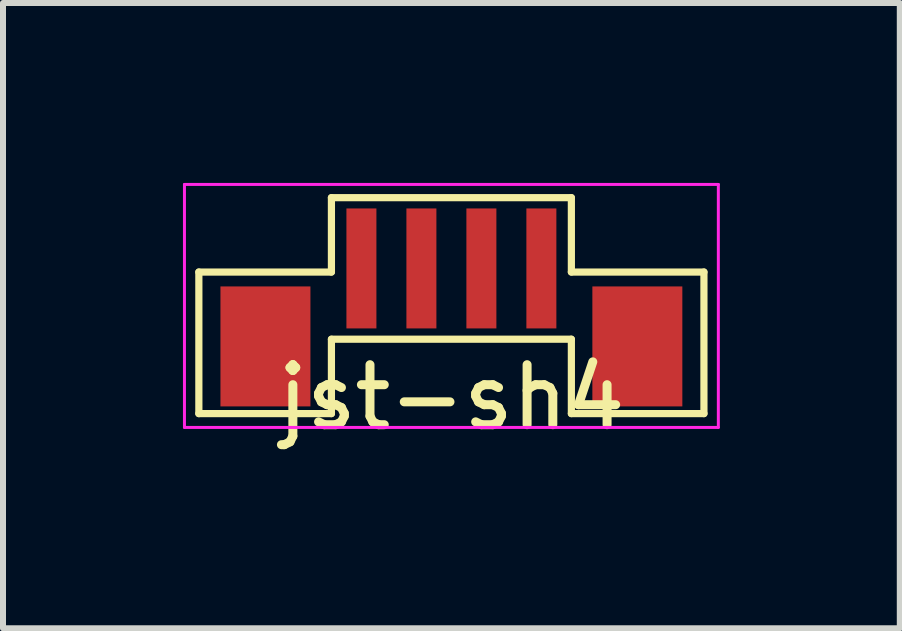
<source format=kicad_pcb>
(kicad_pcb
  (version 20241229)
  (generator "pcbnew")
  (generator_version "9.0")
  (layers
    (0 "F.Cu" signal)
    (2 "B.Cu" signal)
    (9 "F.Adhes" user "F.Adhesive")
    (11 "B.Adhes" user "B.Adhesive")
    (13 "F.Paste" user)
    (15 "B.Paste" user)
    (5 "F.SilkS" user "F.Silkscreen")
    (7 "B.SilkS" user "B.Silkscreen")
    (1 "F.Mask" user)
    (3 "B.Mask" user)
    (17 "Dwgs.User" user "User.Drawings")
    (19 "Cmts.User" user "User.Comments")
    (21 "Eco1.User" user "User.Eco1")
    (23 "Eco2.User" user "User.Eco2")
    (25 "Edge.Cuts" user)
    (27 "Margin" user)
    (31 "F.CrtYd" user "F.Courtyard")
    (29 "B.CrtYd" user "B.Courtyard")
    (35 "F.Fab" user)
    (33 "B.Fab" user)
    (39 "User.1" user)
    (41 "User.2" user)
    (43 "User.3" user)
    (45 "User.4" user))
  (footprint "jst-sh4"
    (layer "F.Cu")
    (at 4.475 1.425)
    (property "Reference" "jst-sh4" (at 0 2.15 0) (layer "F.SilkS") (effects (font (size 1 1) (thickness 0.15))))
    (attr smd)
    (fp_line (start -4.21 0.06) (end -2 0.06) (stroke (width 0.12) (type solid)) (layer "F.SilkS"))
    (fp_line (start -4.21 2.42) (end -4.21 0.06) (stroke (width 0.12) (type solid)) (layer "F.SilkS"))
    (fp_line (start -2 -1.18) (end 2 -1.18) (stroke (width 0.12) (type solid)) (layer "F.SilkS"))
    (fp_line (start -2 0.06) (end -2 -1.18) (stroke (width 0.12) (type solid)) (layer "F.SilkS"))
    (fp_line (start -2 1.18) (end -2 2.42) (stroke (width 0.12) (type solid)) (layer "F.SilkS"))
    (fp_line (start -2 1.18) (end 2 1.18) (stroke (width 0.12) (type solid)) (layer "F.SilkS"))
    (fp_line (start -2 2.42) (end -4.21 2.42) (stroke (width 0.12) (type solid)) (layer "F.SilkS"))
    (fp_line (start 2 0.06) (end 2 -1.18) (stroke (width 0.12) (type solid)) (layer "F.SilkS"))
    (fp_line (start 2 1.18) (end 2 2.42) (stroke (width 0.12) (type solid)) (layer "F.SilkS"))
    (fp_line (start 2 2.42) (end 4.21 2.42) (stroke (width 0.12) (type solid)) (layer "F.SilkS"))
    (fp_line (start 4.21 0.06) (end 2 0.06) (stroke (width 0.12) (type solid)) (layer "F.SilkS"))
    (fp_line (start 4.21 2.42) (end 4.21 0.06) (stroke (width 0.12) (type solid)) (layer "F.SilkS"))
    (fp_line (start -4.45 -1.4) (end -4.45 2.65) (stroke (width 0.05) (type solid)) (layer "F.CrtYd"))
    (fp_line (start -4.45 -1.4) (end 4.45 -1.4) (stroke (width 0.05) (type solid)) (layer "F.CrtYd"))
    (fp_line (start -4.45 2.65) (end 4.45 2.65) (stroke (width 0.05) (type solid)) (layer "F.CrtYd"))
    (fp_line (start 4.45 -1.4) (end 4.45 2.65) (stroke (width 0.05) (type solid)) (layer "F.CrtYd"))
    (pad "0" smd rect (at -3.1 1.3) (size 1.5 2) (layers "F.Cu" "F.Mask" "F.Paste"))
    (pad "0" smd rect (at 3.1 1.3) (size 1.5 2) (layers "F.Cu" "F.Mask" "F.Paste"))
    (pad "1" smd rect (at -1.5 0) (size 0.5 2) (layers "F.Cu" "F.Mask" "F.Paste"))
    (pad "2" smd rect (at -0.5 0) (size 0.5 2) (layers "F.Cu" "F.Mask" "F.Paste"))
    (pad "3" smd rect (at 0.5 0) (size 0.5 2) (layers "F.Cu" "F.Mask" "F.Paste"))
    (pad "4" smd rect (at 1.5 0) (size 0.5 2) (layers "F.Cu" "F.Mask" "F.Paste")))
  (gr_rect
    (start -3 -3)
    (end 11.95 7.423)
    (stroke (width 0.1) (type default))
    (fill no)
    (layer "Edge.Cuts")))
</source>
